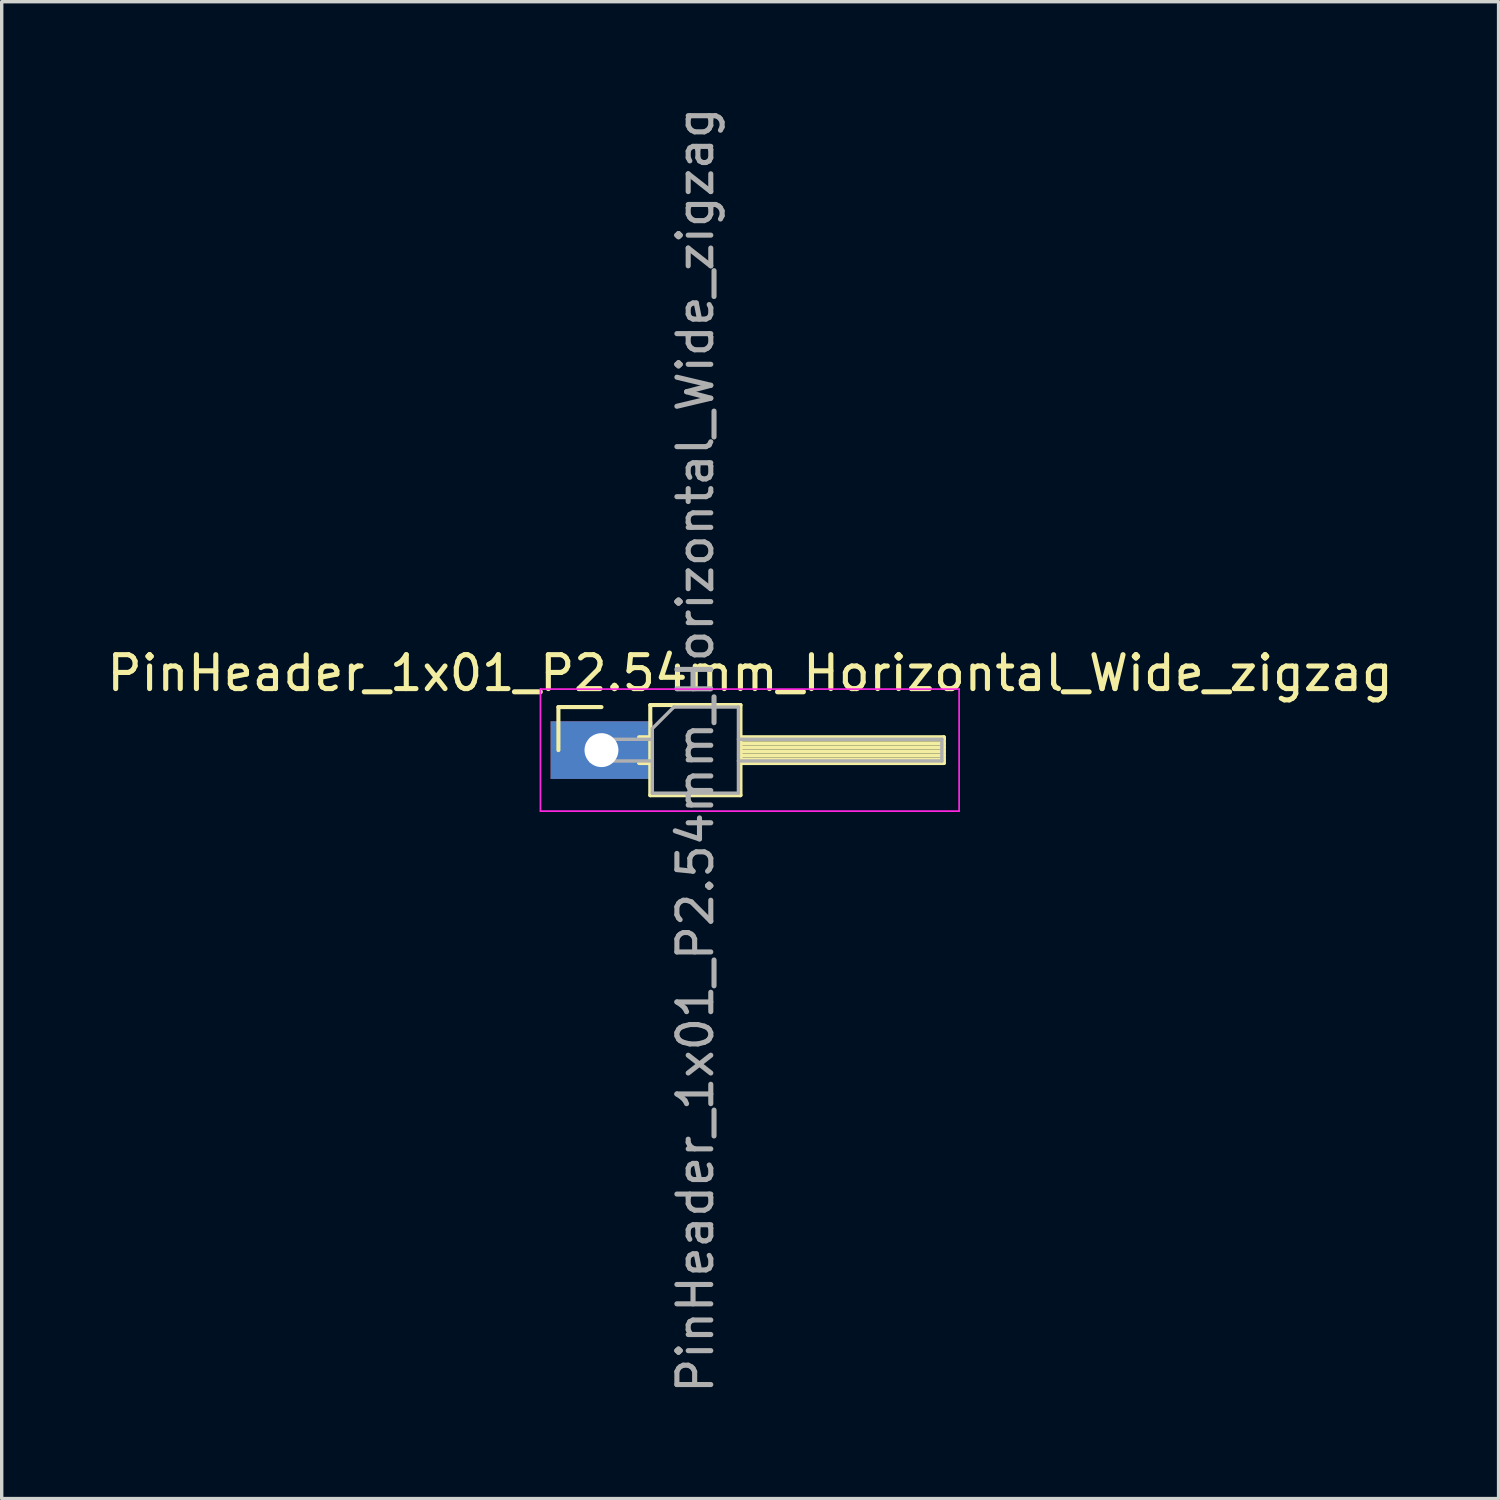
<source format=kicad_pcb>
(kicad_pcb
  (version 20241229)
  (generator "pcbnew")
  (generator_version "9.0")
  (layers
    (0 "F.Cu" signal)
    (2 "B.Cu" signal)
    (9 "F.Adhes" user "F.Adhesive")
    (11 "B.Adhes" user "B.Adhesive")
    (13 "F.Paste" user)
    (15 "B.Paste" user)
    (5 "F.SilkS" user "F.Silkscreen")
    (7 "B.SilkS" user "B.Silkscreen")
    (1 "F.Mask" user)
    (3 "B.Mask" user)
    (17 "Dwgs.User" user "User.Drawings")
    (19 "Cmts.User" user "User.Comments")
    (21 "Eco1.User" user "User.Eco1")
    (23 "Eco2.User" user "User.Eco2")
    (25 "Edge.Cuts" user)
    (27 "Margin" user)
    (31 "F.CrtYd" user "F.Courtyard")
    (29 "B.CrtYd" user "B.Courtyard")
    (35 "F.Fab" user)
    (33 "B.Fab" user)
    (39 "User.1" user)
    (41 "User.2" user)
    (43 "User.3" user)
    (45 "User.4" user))
  (footprint "PinHeader_1x01_P2.54mm_Horizontal_Wide_zigzag"
    (layer "F.Cu")
    (at 14.692 19.077)
    (property "Reference" "PinHeader_1x01_P2.54mm_Horizontal_Wide_zigzag" (at 4.385 -2.27 0) (layer "F.SilkS") (effects (font (size 1 1) (thickness 0.15))))
    (attr through_hole)
    (fp_line (start -1.27 -1.27) (end 0 -1.27) (stroke (width 0.12) (type solid)) (layer "F.SilkS"))
    (fp_line (start -1.27 0) (end -1.27 -1.27) (stroke (width 0.12) (type solid)) (layer "F.SilkS"))
    (fp_line (start 1.11 -0.38) (end 1.44 -0.38) (stroke (width 0.12) (type solid)) (layer "F.SilkS"))
    (fp_line (start 1.11 0.38) (end 1.44 0.38) (stroke (width 0.12) (type solid)) (layer "F.SilkS"))
    (fp_line (start 1.44 -1.33) (end 1.44 1.33) (stroke (width 0.12) (type solid)) (layer "F.SilkS"))
    (fp_line (start 1.44 1.33) (end 4.1 1.33) (stroke (width 0.12) (type solid)) (layer "F.SilkS"))
    (fp_line (start 4.1 -1.33) (end 1.44 -1.33) (stroke (width 0.12) (type solid)) (layer "F.SilkS"))
    (fp_line (start 4.1 -0.38) (end 10.1 -0.38) (stroke (width 0.12) (type solid)) (layer "F.SilkS"))
    (fp_line (start 4.1 -0.32) (end 10.1 -0.32) (stroke (width 0.12) (type solid)) (layer "F.SilkS"))
    (fp_line (start 4.1 -0.2) (end 10.1 -0.2) (stroke (width 0.12) (type solid)) (layer "F.SilkS"))
    (fp_line (start 4.1 -0.08) (end 10.1 -0.08) (stroke (width 0.12) (type solid)) (layer "F.SilkS"))
    (fp_line (start 4.1 0.04) (end 10.1 0.04) (stroke (width 0.12) (type solid)) (layer "F.SilkS"))
    (fp_line (start 4.1 0.16) (end 10.1 0.16) (stroke (width 0.12) (type solid)) (layer "F.SilkS"))
    (fp_line (start 4.1 0.28) (end 10.1 0.28) (stroke (width 0.12) (type solid)) (layer "F.SilkS"))
    (fp_line (start 4.1 1.33) (end 4.1 -1.33) (stroke (width 0.12) (type solid)) (layer "F.SilkS"))
    (fp_line (start 10.1 -0.38) (end 10.1 0.38) (stroke (width 0.12) (type solid)) (layer "F.SilkS"))
    (fp_line (start 10.1 0.38) (end 4.1 0.38) (stroke (width 0.12) (type solid)) (layer "F.SilkS"))
    (fp_line (start -1.8 -1.8) (end -1.8 1.8) (stroke (width 0.05) (type solid)) (layer "F.CrtYd"))
    (fp_line (start -1.8 1.8) (end 10.55 1.8) (stroke (width 0.05) (type solid)) (layer "F.CrtYd"))
    (fp_line (start 10.55 -1.8) (end -1.8 -1.8) (stroke (width 0.05) (type solid)) (layer "F.CrtYd"))
    (fp_line (start 10.55 1.8) (end 10.55 -1.8) (stroke (width 0.05) (type solid)) (layer "F.CrtYd"))
    (fp_line (start -0.32 -0.32) (end -0.32 0.32) (stroke (width 0.1) (type solid)) (layer "F.Fab"))
    (fp_line (start -0.32 -0.32) (end 1.5 -0.32) (stroke (width 0.1) (type solid)) (layer "F.Fab"))
    (fp_line (start -0.32 0.32) (end 1.5 0.32) (stroke (width 0.1) (type solid)) (layer "F.Fab"))
    (fp_line (start 1.5 -0.635) (end 2.135 -1.27) (stroke (width 0.1) (type solid)) (layer "F.Fab"))
    (fp_line (start 1.5 1.27) (end 1.5 -0.635) (stroke (width 0.1) (type solid)) (layer "F.Fab"))
    (fp_line (start 2.135 -1.27) (end 4.04 -1.27) (stroke (width 0.1) (type solid)) (layer "F.Fab"))
    (fp_line (start 4.04 -1.27) (end 4.04 1.27) (stroke (width 0.1) (type solid)) (layer "F.Fab"))
    (fp_line (start 4.04 -0.32) (end 10.04 -0.32) (stroke (width 0.1) (type solid)) (layer "F.Fab"))
    (fp_line (start 4.04 0.32) (end 10.04 0.32) (stroke (width 0.1) (type solid)) (layer "F.Fab"))
    (fp_line (start 4.04 1.27) (end 1.5 1.27) (stroke (width 0.1) (type solid)) (layer "F.Fab"))
    (fp_line (start 10.04 -0.32) (end 10.04 0.32) (stroke (width 0.1) (type solid)) (layer "F.Fab"))
    (fp_text user "${REFERENCE}" (at 2.77 0 90) (layer "F.Fab") (effects (font (size 1 1) (thickness 0.15))))
    (pad "1" thru_hole rect (at 0 0) (size 3 1.7) (drill 1) (layers "*.Cu" "*.Mask")))
  (gr_rect
    (start -3 -3)
    (end 41.155 41.155)
    (stroke (width 0.1) (type default))
    (fill no)
    (layer "Edge.Cuts")))
</source>
